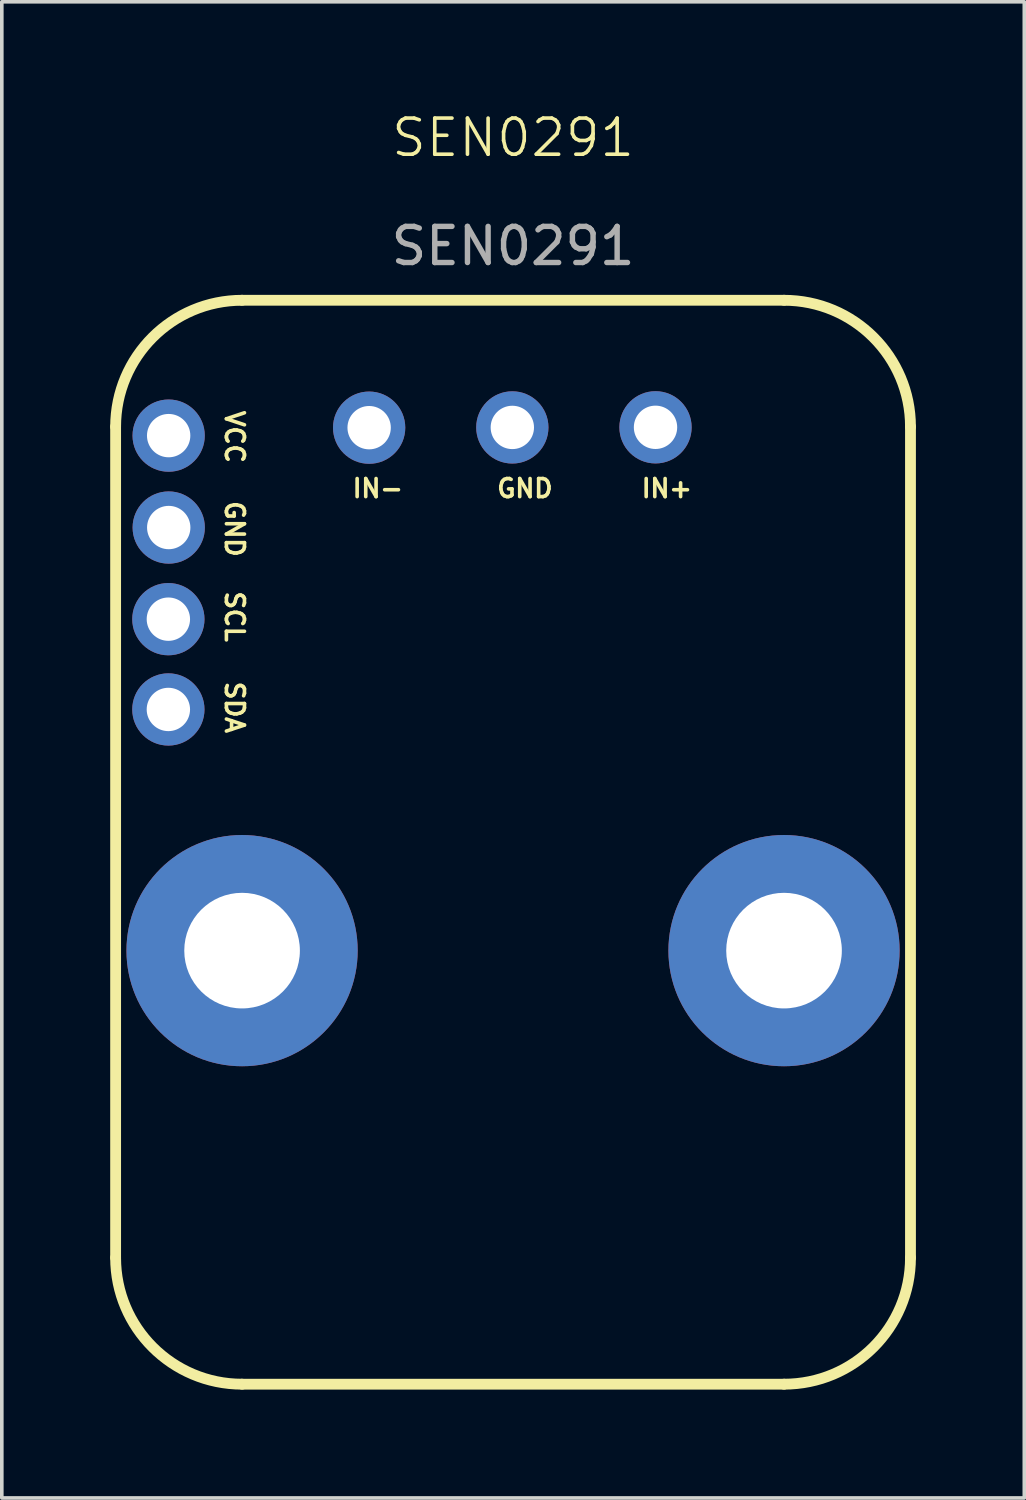
<source format=kicad_pcb>
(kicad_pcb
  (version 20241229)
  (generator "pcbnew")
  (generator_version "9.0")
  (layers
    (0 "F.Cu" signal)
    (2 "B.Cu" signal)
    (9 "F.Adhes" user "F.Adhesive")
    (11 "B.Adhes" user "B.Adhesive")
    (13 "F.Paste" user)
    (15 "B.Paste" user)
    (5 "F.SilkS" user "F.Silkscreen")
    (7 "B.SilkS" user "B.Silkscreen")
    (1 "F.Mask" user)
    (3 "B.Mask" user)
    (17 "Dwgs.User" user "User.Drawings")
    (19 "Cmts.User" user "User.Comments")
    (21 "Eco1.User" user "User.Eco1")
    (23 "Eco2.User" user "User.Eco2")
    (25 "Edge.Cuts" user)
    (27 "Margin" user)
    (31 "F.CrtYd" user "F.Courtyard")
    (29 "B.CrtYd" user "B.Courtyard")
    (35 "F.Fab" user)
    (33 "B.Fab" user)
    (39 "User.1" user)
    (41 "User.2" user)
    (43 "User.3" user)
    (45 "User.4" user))
  (footprint "SEN0291"
    (layer "F.Cu")
    (at 11.15 17.761)
    (property "Reference" "SEN0291" (at 0 -17 0) (unlocked yes) (layer "F.SilkS") (effects (font (size 1 1) (thickness 0.1))))
    (attr smd)
    (fp_line (start -11 -9) (end -11 14) (stroke (width 0.3) (type solid)) (layer "F.SilkS"))
    (fp_line (start -7.5 17.5) (end 7.5 17.5) (stroke (width 0.3) (type solid)) (layer "F.SilkS"))
    (fp_line (start 7.5 -12.5) (end -7.5 -12.5) (stroke (width 0.3) (type solid)) (layer "F.SilkS"))
    (fp_line (start 11 -9) (end 11 14) (stroke (width 0.3) (type solid)) (layer "F.SilkS"))
    (fp_arc (start -11 -9) (mid -9.974874 -11.474874) (end -7.5 -12.5) (stroke (width 0.3) (type solid)) (layer "F.SilkS"))
    (fp_arc (start -7.5 17.5) (mid -9.974874 16.474874) (end -11 14) (stroke (width 0.3) (type solid)) (layer "F.SilkS"))
    (fp_arc (start 7.5 -12.5) (mid 9.974874 -11.474874) (end 11 -9) (stroke (width 0.3) (type solid)) (layer "F.SilkS"))
    (fp_arc (start 11 14) (mid 9.974874 16.474874) (end 7.5 17.5) (stroke (width 0.3) (type solid)) (layer "F.SilkS"))
    (fp_text user "VCC" (at -8 -9.5 270) (unlocked yes) (layer "F.SilkS") (effects (font (size 0.5 0.5) (thickness 0.1)) (justify left bottom)))
    (fp_text user "IN-" (at -4.5 -7 0) (unlocked yes) (layer "F.SilkS") (effects (font (size 0.5 0.5) (thickness 0.1)) (justify left bottom)))
    (fp_text user "GND" (at -8 -7 270) (unlocked yes) (layer "F.SilkS") (effects (font (size 0.5 0.5) (thickness 0.1)) (justify left bottom)))
    (fp_text user "SDA" (at -8 -2 270) (unlocked yes) (layer "F.SilkS") (effects (font (size 0.5 0.5) (thickness 0.1)) (justify left bottom)))
    (fp_text user "SCL" (at -8 -4.5 270) (unlocked yes) (layer "F.SilkS") (effects (font (size 0.5 0.5) (thickness 0.1)) (justify left bottom)))
    (fp_text user "GND" (at -0.5 -7 0) (unlocked yes) (layer "F.SilkS") (effects (font (size 0.5 0.5) (thickness 0.1)) (justify left bottom)))
    (fp_text user "IN+" (at 3.5 -7 0) (unlocked yes) (layer "F.SilkS") (effects (font (size 0.5 0.5) (thickness 0.1)) (justify left bottom)))
    (fp_text user "${REFERENCE}" (at 0 -14 0) (unlocked yes) (layer "F.Fab") (effects (font (size 1 1) (thickness 0.15))))
    (pad "" np_thru_hole circle (at -7.5 5.5) (size 6.4 6.4) (drill 3.2) (layers "*.Cu" "*.Mask"))
    (pad "" np_thru_hole circle (at 7.5 5.5) (size 6.4 6.4) (drill 3.2) (layers "*.Cu" "*.Mask"))
    (pad "1" thru_hole circle (at 3.943 -8.984) (size 2 2) (drill 1.2) (layers "*.Cu" "*.Mask"))
    (pad "2" thru_hole circle (at -0.02 -8.981) (size 2 2) (drill 1.2) (layers "*.Cu" "*.Mask"))
    (pad "3" thru_hole circle (at -3.983 -8.974) (size 2 2) (drill 1.2) (layers "*.Cu" "*.Mask"))
    (pad "4" thru_hole circle (at -9.532 -8.754) (size 2 2) (drill 1.2) (layers "*.Cu" "*.Mask"))
    (pad "5" thru_hole circle (at -9.53 -6.21) (size 2 2) (drill 1.2) (layers "*.Cu" "*.Mask"))
    (pad "6" thru_hole circle (at -9.54 -3.674) (size 2 2) (drill 1.2) (layers "*.Cu" "*.Mask"))
    (pad "7" thru_hole circle (at -9.54 -1.175) (size 2 2) (drill 1.2) (layers "*.Cu" "*.Mask")))
  (gr_rect
    (start -3 -3)
    (end 25.3 38.41)
    (stroke (width 0.1) (type default))
    (fill no)
    (layer "Edge.Cuts")))
</source>
